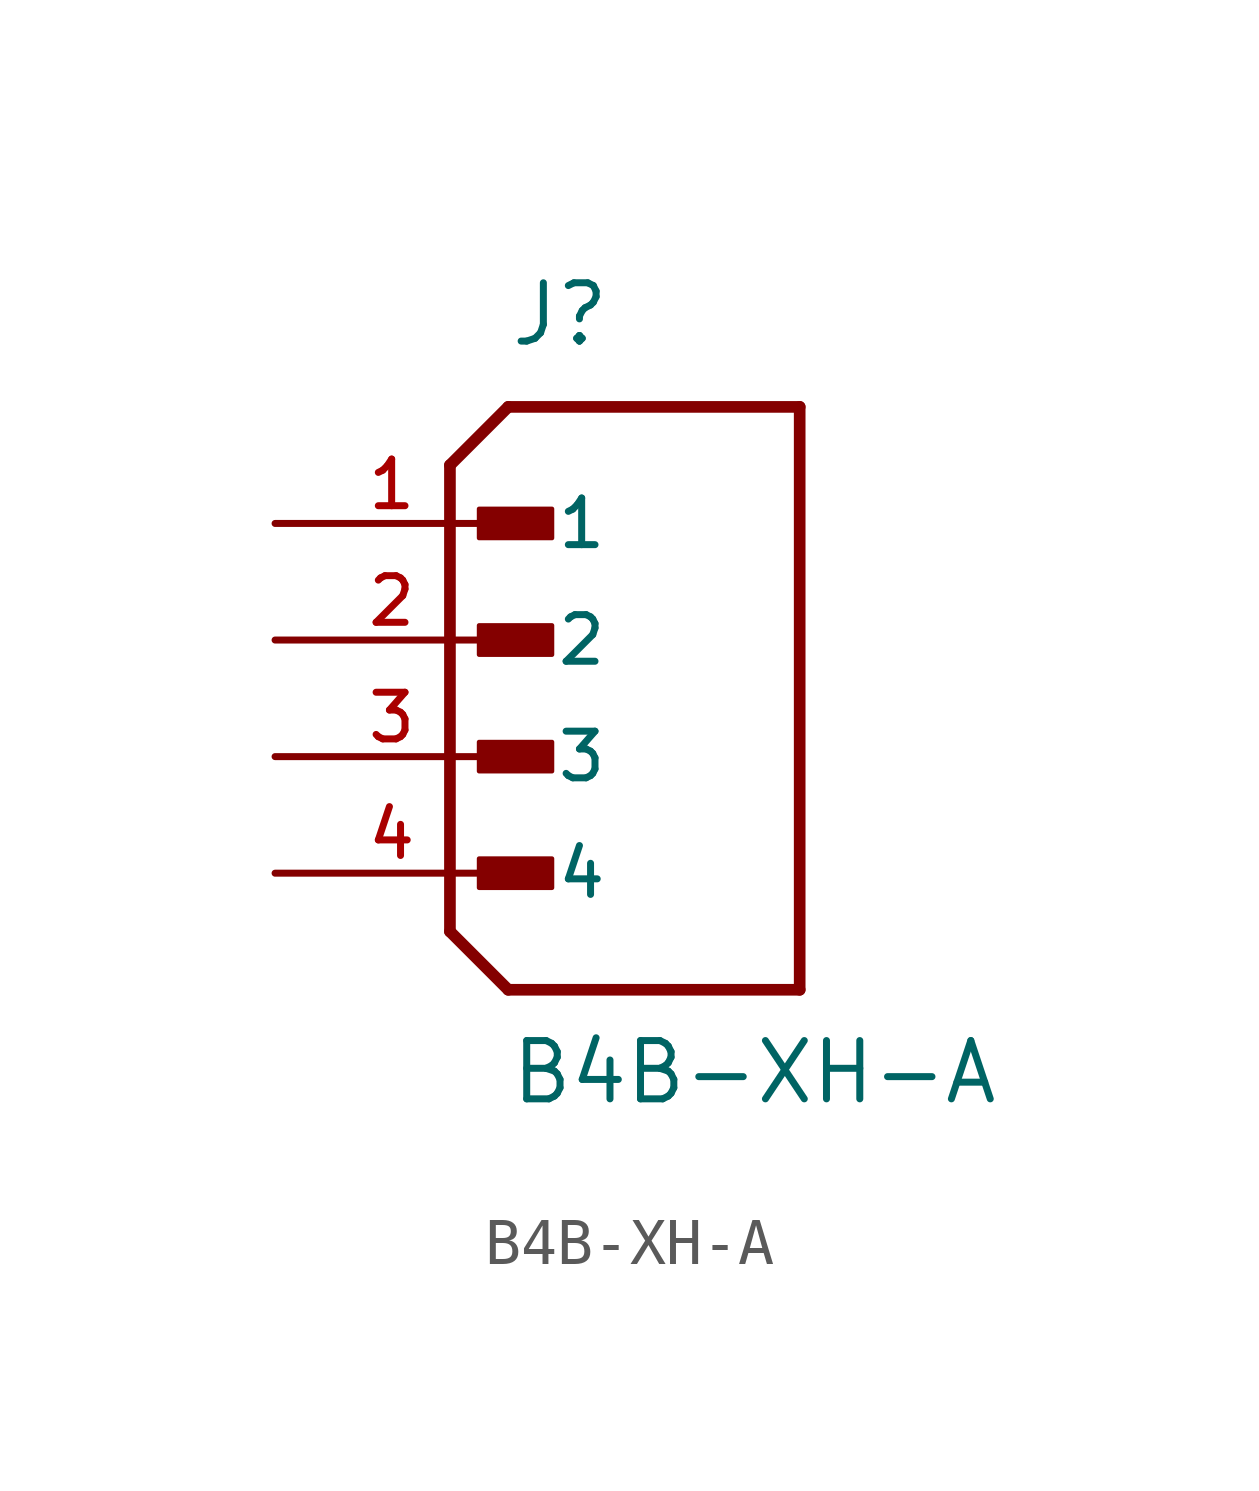
<source format=kicad_sym>
(kicad_symbol_lib
  (version 20211014)
  (generator kicad_symbol_editor)
  (symbol "B4B-XH-A"
    (pin_names
      (offset 1.016))
    (property "Reference" "J"
      (at -2.54 6.35 0)
      (effects (font (size 1.27 1.27)) (justify bottom left)))
    (property "Value" "B4B-XH-A"
      (at -2.54 -10.16 0)
      (effects (font (size 1.27 1.27)) (justify bottom left)))
    (symbol "B4B-XH-A_0_0"
      (polyline (pts (xy -3.81 3.81) (xy -2.54 5.08)) (stroke (width 0.254)))
      (polyline (pts (xy -3.81 3.81) (xy -3.81 -6.35)) (stroke (width 0.254)))
      (polyline (pts (xy -3.81 -6.35) (xy -2.54 -7.62)) (stroke (width 0.254)))
      (polyline (pts (xy -2.54 -7.62) (xy 3.81 -7.62)) (stroke (width 0.254)))
      (polyline (pts (xy 3.81 -7.62) (xy 3.81 5.08)) (stroke (width 0.254)))
      (polyline (pts (xy 3.81 5.08) (xy -2.54 5.08)) (stroke (width 0.254)))
      (rectangle (start -3.175 2.223) (end -1.587 2.857) (stroke (width 0.1)) (fill (type outline)))
      (rectangle (start -3.175 -0.318) (end -1.587 0.318) (stroke (width 0.1)) (fill (type outline)))
      (rectangle (start -3.175 -2.857) (end -1.587 -2.223) (stroke (width 0.1)) (fill (type outline)))
      (rectangle (start -3.175 -5.397) (end -1.587 -4.763) (stroke (width 0.1)) (fill (type outline)))
      (pin passive line (at -7.62 2.54 0) (length 5.08) (name "1" (effects (font (size 1.016 1.016)))) (number "1" (effects (font (size 1.016 1.016)))))
      (pin passive line (at -7.62 0.0 0) (length 5.08) (name "2" (effects (font (size 1.016 1.016)))) (number "2" (effects (font (size 1.016 1.016)))))
      (pin passive line (at -7.62 -2.54 0) (length 5.08) (name "3" (effects (font (size 1.016 1.016)))) (number "3" (effects (font (size 1.016 1.016)))))
      (pin passive line (at -7.62 -5.08 0) (length 5.08) (name "4" (effects (font (size 1.016 1.016)))) (number "4" (effects (font (size 1.016 1.016))))))))
</source>
